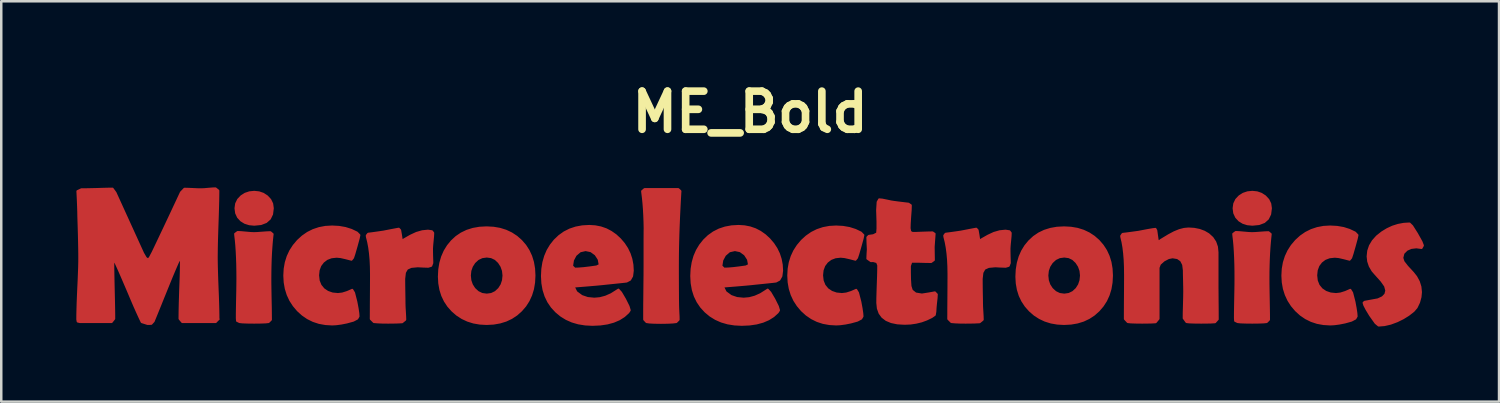
<source format=kicad_pcb>
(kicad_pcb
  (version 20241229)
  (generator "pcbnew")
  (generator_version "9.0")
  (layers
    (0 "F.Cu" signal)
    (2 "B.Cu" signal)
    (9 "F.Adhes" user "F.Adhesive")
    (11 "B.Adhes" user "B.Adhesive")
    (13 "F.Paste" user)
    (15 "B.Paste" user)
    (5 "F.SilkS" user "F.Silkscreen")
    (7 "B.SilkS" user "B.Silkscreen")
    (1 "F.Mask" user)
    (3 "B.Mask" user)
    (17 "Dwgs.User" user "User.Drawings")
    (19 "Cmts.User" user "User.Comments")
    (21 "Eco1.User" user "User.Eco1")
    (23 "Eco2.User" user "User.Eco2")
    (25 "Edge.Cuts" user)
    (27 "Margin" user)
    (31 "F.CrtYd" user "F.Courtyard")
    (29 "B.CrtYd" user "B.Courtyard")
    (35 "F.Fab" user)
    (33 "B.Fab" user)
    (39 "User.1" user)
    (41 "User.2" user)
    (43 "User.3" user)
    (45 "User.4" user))
  (footprint "ME_Bold"
    (layer "F.Cu")
    (at 26.927 7.219)
    (property "Reference" "ME_Bold" (at 0 -5.792 0) (layer "F.SilkS") (effects (font (size 1.524 1.524) (thickness 0.305))))
    (attr smd)
    (fp_poly (pts (xy 26.89 -0.458) (xy 26.833 -0.356) (xy 26.621 -0.383) (xy 26.416 -0.358) (xy 26.247 -0.284) (xy 26.11 -0.147) (xy 26.065 0.038) (xy 26.113 0.188) (xy 26.258 0.375) (xy 26.494 0.631) (xy 26.618 0.787) (xy 26.725 0.984) (xy 26.789 1.189) (xy 26.811 1.404) (xy 26.792 1.603) (xy 26.735 1.813) (xy 26.637 2.019) (xy 26.515 2.161) (xy 26.318 2.315) (xy 26.1 2.451) (xy 25.86 2.57) (xy 25.598 2.667) (xy 25.349 2.725) (xy 25.115 2.744) (xy 24.992 2.642) (xy 24.774 2.336) (xy 24.629 2.096) (xy 24.542 1.928) (xy 24.513 1.832) (xy 24.554 1.79) (xy 24.82 1.741) (xy 25.088 1.692) (xy 25.273 1.606) (xy 25.384 1.49) (xy 25.421 1.344) (xy 25.373 1.164) (xy 25.228 0.958) (xy 24.966 0.665) (xy 24.869 0.552) (xy 24.761 0.367) (xy 24.697 0.176) (xy 24.675 -0.023) (xy 24.698 -0.243) (xy 24.768 -0.45) (xy 24.883 -0.643) (xy 25.044 -0.823) (xy 25.251 -0.988) (xy 25.46 -1.115) (xy 25.674 -1.214) (xy 25.895 -1.284) (xy 26.121 -1.326) (xy 26.353 -1.34) (xy 26.458 -1.238) (xy 26.652 -0.932) (xy 26.831 -0.611) (xy 26.89 -0.458) (xy 26.89 -0.458)) (stroke (width 0.075) (type solid)) (fill yes) (layer "F.Cu"))
    (fp_poly (pts (xy -2.885 0.325) (xy -2.885 0.656) (xy -2.884 0.961) (xy -2.883 1.239) (xy -2.881 1.49) (xy -2.88 1.714) (xy -2.877 1.911) (xy -2.874 2.03) (xy -2.866 2.211) (xy -2.857 2.382) (xy -2.855 2.51) (xy -2.949 2.604) (xy -3.093 2.621) (xy -3.298 2.631) (xy -3.563 2.635) (xy -3.829 2.631) (xy -4.022 2.621) (xy -4.142 2.604) (xy -4.236 2.502) (xy -4.236 2.339) (xy -4.236 2.15) (xy -4.235 1.919) (xy -4.232 1.646) (xy -4.229 1.332) (xy -4.226 1.017) (xy -4.223 0.744) (xy -4.222 0.513) (xy -4.221 0.325) (xy -4.221 -0.094) (xy -4.221 -0.442) (xy -4.221 -0.72) (xy -4.22 -0.927) (xy -4.219 -1.063) (xy -4.218 -1.129) (xy -4.217 -1.125) (xy -4.223 -1.397) (xy -4.233 -1.657) (xy -4.246 -1.904) (xy -4.264 -2.138) (xy -4.286 -2.359) (xy -4.312 -2.567) (xy -4.319 -2.631) (xy -4.221 -2.715) (xy -2.869 -2.715) (xy -2.782 -2.635) (xy -2.787 -2.567) (xy -2.804 -2.273) (xy -2.819 -1.985) (xy -2.833 -1.703) (xy -2.845 -1.428) (xy -2.856 -1.158) (xy -2.865 -0.896) (xy -2.872 -0.639) (xy -2.878 -0.388) (xy -2.882 -0.144) (xy -2.884 0.094) (xy -2.885 0.325) (xy -2.885 0.325)) (stroke (width 0.075) (type solid)) (fill yes) (layer "F.Cu"))
    (fp_poly (pts (xy -15.93 0.113) (xy -16.161 0.053) (xy -16.364 0.007) (xy -16.525 -0.008) (xy -16.734 0.015) (xy -16.913 0.083) (xy -17.062 0.197) (xy -17.174 0.345) (xy -17.241 0.525) (xy -17.263 0.734) (xy -17.239 0.95) (xy -17.165 1.133) (xy -17.043 1.283) (xy -16.882 1.392) (xy -16.692 1.458) (xy -16.472 1.48) (xy -16.295 1.459) (xy -16.097 1.397) (xy -15.9 1.31) (xy -15.826 1.43) (xy -15.734 1.79) (xy -15.685 2.05) (xy -15.656 2.245) (xy -15.647 2.373) (xy -15.699 2.465) (xy -15.855 2.547) (xy -16.116 2.619) (xy -16.343 2.664) (xy -16.538 2.69) (xy -16.703 2.699) (xy -16.972 2.683) (xy -17.226 2.637) (xy -17.463 2.559) (xy -17.684 2.45) (xy -17.888 2.31) (xy -18.077 2.139) (xy -18.242 1.944) (xy -18.378 1.734) (xy -18.483 1.509) (xy -18.558 1.269) (xy -18.603 1.013) (xy -18.618 0.742) (xy -18.603 0.473) (xy -18.558 0.218) (xy -18.483 -0.021) (xy -18.378 -0.246) (xy -18.242 -0.456) (xy -18.077 -0.652) (xy -17.887 -0.825) (xy -17.682 -0.967) (xy -17.461 -1.077) (xy -17.224 -1.156) (xy -16.971 -1.204) (xy -16.703 -1.219) (xy -16.429 -1.204) (xy -16.173 -1.159) (xy -15.933 -1.083) (xy -15.711 -0.977) (xy -15.612 -0.875) (xy -15.641 -0.739) (xy -15.726 -0.428) (xy -15.814 -0.122) (xy -15.866 0.034) (xy -15.93 0.113) (xy -15.93 0.113)) (stroke (width 0.075) (type solid)) (fill yes) (layer "F.Cu"))
    (fp_poly (pts (xy 4.21 0.113) (xy 3.979 0.053) (xy 3.776 0.007) (xy 3.615 -0.008) (xy 3.406 0.015) (xy 3.227 0.083) (xy 3.078 0.197) (xy 2.966 0.345) (xy 2.899 0.525) (xy 2.877 0.734) (xy 2.902 0.95) (xy 2.975 1.133) (xy 3.097 1.283) (xy 3.258 1.392) (xy 3.448 1.458) (xy 3.668 1.48) (xy 3.845 1.459) (xy 4.043 1.397) (xy 4.24 1.31) (xy 4.314 1.43) (xy 4.407 1.79) (xy 4.455 2.05) (xy 4.484 2.245) (xy 4.494 2.373) (xy 4.441 2.465) (xy 4.285 2.547) (xy 4.024 2.619) (xy 3.797 2.664) (xy 3.602 2.69) (xy 3.437 2.699) (xy 3.168 2.683) (xy 2.915 2.637) (xy 2.677 2.559) (xy 2.457 2.45) (xy 2.252 2.31) (xy 2.063 2.139) (xy 1.898 1.944) (xy 1.762 1.734) (xy 1.657 1.509) (xy 1.582 1.269) (xy 1.537 1.013) (xy 1.522 0.742) (xy 1.537 0.473) (xy 1.582 0.218) (xy 1.657 -0.021) (xy 1.762 -0.246) (xy 1.898 -0.456) (xy 2.063 -0.652) (xy 2.253 -0.825) (xy 2.458 -0.967) (xy 2.679 -1.077) (xy 2.916 -1.156) (xy 3.169 -1.204) (xy 3.437 -1.219) (xy 3.711 -1.204) (xy 3.967 -1.159) (xy 4.207 -1.083) (xy 4.429 -0.977) (xy 4.528 -0.875) (xy 4.499 -0.739) (xy 4.414 -0.428) (xy 4.326 -0.122) (xy 4.274 0.034) (xy 4.21 0.113) (xy 4.21 0.113)) (stroke (width 0.075) (type solid)) (fill yes) (layer "F.Cu"))
    (fp_poly (pts (xy 23.956 0.113) (xy 23.725 0.053) (xy 23.523 0.007) (xy 23.362 -0.008) (xy 23.152 0.015) (xy 22.973 0.083) (xy 22.824 0.197) (xy 22.713 0.345) (xy 22.646 0.525) (xy 22.624 0.734) (xy 22.648 0.95) (xy 22.721 1.133) (xy 22.843 1.283) (xy 23.004 1.392) (xy 23.195 1.458) (xy 23.415 1.48) (xy 23.592 1.459) (xy 23.79 1.397) (xy 23.986 1.31) (xy 24.06 1.43) (xy 24.153 1.79) (xy 24.201 2.05) (xy 24.23 2.245) (xy 24.24 2.373) (xy 24.188 2.465) (xy 24.031 2.547) (xy 23.771 2.619) (xy 23.544 2.664) (xy 23.348 2.69) (xy 23.184 2.699) (xy 22.914 2.683) (xy 22.661 2.637) (xy 22.424 2.559) (xy 22.203 2.45) (xy 21.998 2.31) (xy 21.81 2.139) (xy 21.644 1.944) (xy 21.509 1.734) (xy 21.404 1.509) (xy 21.328 1.269) (xy 21.283 1.013) (xy 21.268 0.742) (xy 21.283 0.473) (xy 21.328 0.218) (xy 21.404 -0.021) (xy 21.509 -0.246) (xy 21.644 -0.456) (xy 21.81 -0.652) (xy 21.999 -0.825) (xy 22.205 -0.967) (xy 22.426 -1.077) (xy 22.663 -1.156) (xy 22.915 -1.204) (xy 23.184 -1.219) (xy 23.457 -1.204) (xy 23.714 -1.159) (xy 23.953 -1.083) (xy 24.176 -0.977) (xy 24.274 -0.875) (xy 24.246 -0.739) (xy 24.161 -0.428) (xy 24.073 -0.122) (xy 24.021 0.034) (xy 23.956 0.113) (xy 23.956 0.113)) (stroke (width 0.075) (type solid)) (fill yes) (layer "F.Cu"))
    (fp_poly (pts (xy -12.701 0.246) (xy -12.742 0.356) (xy -12.864 0.393) (xy -13.076 0.386) (xy -13.28 0.375) (xy -13.544 0.399) (xy -13.708 0.473) (xy -13.793 0.622) (xy -13.822 0.871) (xy -13.821 1.076) (xy -13.817 1.367) (xy -13.812 1.654) (xy -13.81 1.859) (xy -13.806 1.996) (xy -13.795 2.188) (xy -13.784 2.376) (xy -13.78 2.51) (xy -13.905 2.612) (xy -14.135 2.623) (xy -14.461 2.627) (xy -14.685 2.625) (xy -14.877 2.617) (xy -15.037 2.604) (xy -15.162 2.48) (xy -15.161 2.309) (xy -15.16 2.102) (xy -15.159 1.857) (xy -15.157 1.575) (xy -15.155 1.291) (xy -15.154 1.045) (xy -15.153 0.836) (xy -15.153 0.666) (xy -15.158 0.378) (xy -15.171 0.108) (xy -15.194 -0.145) (xy -15.225 -0.38) (xy -15.266 -0.598) (xy -15.316 -0.799) (xy -15.323 -0.856) (xy -15.266 -0.931) (xy -15.106 -0.951) (xy -14.903 -0.979) (xy -14.657 -1.015) (xy -14.323 -1.08) (xy -14.117 -1.119) (xy -14.04 -1.132) (xy -13.984 -1.072) (xy -13.953 -0.894) (xy -13.926 -0.715) (xy -13.885 -0.655) (xy -13.834 -0.704) (xy -13.574 -0.852) (xy -13.335 -0.963) (xy -13.101 -1.03) (xy -12.874 -1.053) (xy -12.715 -1.03) (xy -12.662 -0.962) (xy -12.668 -0.829) (xy -12.685 -0.651) (xy -12.703 -0.466) (xy -12.711 -0.341) (xy -12.71 -0.213) (xy -12.707 -0.049) (xy -12.701 0.136) (xy -12.699 0.246) (xy -12.701 0.246)) (stroke (width 0.075) (type solid)) (fill yes) (layer "F.Cu"))
    (fp_poly (pts (xy 10.377 0.246) (xy 10.336 0.356) (xy 10.214 0.393) (xy 10.002 0.386) (xy 9.798 0.375) (xy 9.533 0.399) (xy 9.37 0.473) (xy 9.285 0.622) (xy 9.256 0.871) (xy 9.257 1.076) (xy 9.26 1.367) (xy 9.266 1.654) (xy 9.268 1.859) (xy 9.272 1.996) (xy 9.283 2.188) (xy 9.294 2.376) (xy 9.298 2.51) (xy 9.173 2.612) (xy 8.943 2.623) (xy 8.617 2.627) (xy 8.393 2.625) (xy 8.201 2.617) (xy 8.041 2.604) (xy 7.916 2.48) (xy 7.917 2.309) (xy 7.917 2.102) (xy 7.919 1.857) (xy 7.921 1.575) (xy 7.923 1.291) (xy 7.924 1.045) (xy 7.925 0.836) (xy 7.925 0.666) (xy 7.92 0.378) (xy 7.907 0.108) (xy 7.884 -0.145) (xy 7.853 -0.38) (xy 7.812 -0.598) (xy 7.762 -0.799) (xy 7.755 -0.856) (xy 7.811 -0.931) (xy 7.972 -0.951) (xy 8.175 -0.979) (xy 8.421 -1.015) (xy 8.755 -1.08) (xy 8.961 -1.119) (xy 9.038 -1.132) (xy 9.094 -1.072) (xy 9.125 -0.894) (xy 9.152 -0.715) (xy 9.193 -0.655) (xy 9.244 -0.704) (xy 9.504 -0.852) (xy 9.743 -0.963) (xy 9.976 -1.03) (xy 10.204 -1.053) (xy 10.363 -1.03) (xy 10.416 -0.962) (xy 10.41 -0.829) (xy 10.393 -0.651) (xy 10.375 -0.466) (xy 10.367 -0.341) (xy 10.368 -0.213) (xy 10.371 -0.049) (xy 10.377 0.136) (xy 10.379 0.246) (xy 10.377 0.246)) (stroke (width 0.075) (type solid)) (fill yes) (layer "F.Cu"))
    (fp_poly (pts (xy -19.073 -1.946) (xy -19.171 -0.992) (xy -19.08 -0.916) (xy -19.088 -0.845) (xy -19.11 -0.629) (xy -19.128 -0.404) (xy -19.144 -0.169) (xy -19.156 0.076) (xy -19.164 0.33) (xy -19.169 0.593) (xy -19.171 0.867) (xy -19.171 0.867) (xy -19.17 1.081) (xy -19.166 1.356) (xy -19.16 1.692) (xy -19.153 2.025) (xy -19.15 2.298) (xy -19.148 2.51) (xy -19.243 2.604) (xy -19.365 2.617) (xy -19.558 2.624) (xy -19.822 2.627) (xy -20.089 2.624) (xy -20.283 2.617) (xy -20.405 2.604) (xy -20.507 2.555) (xy -20.515 2.442) (xy -20.514 2.238) (xy -20.51 1.977) (xy -20.504 1.658) (xy -20.497 1.336) (xy -20.494 1.072) (xy -20.492 0.867) (xy -20.494 0.568) (xy -20.499 0.288) (xy -20.508 0.026) (xy -20.52 -0.219) (xy -20.535 -0.445) (xy -20.554 -0.654) (xy -20.576 -0.845) (xy -20.583 -0.924) (xy -20.481 -1) (xy -20.348 -0.994) (xy -20.159 -0.977) (xy -19.967 -0.96) (xy -19.83 -0.954) (xy -19.693 -0.959) (xy -19.5 -0.973) (xy -19.308 -0.987) (xy -19.171 -0.992) (xy -19.073 -1.946) (xy -19.102 -1.709) (xy -19.191 -1.525) (xy -19.34 -1.393) (xy -19.547 -1.314) (xy -19.815 -1.287) (xy -20.014 -1.306) (xy -20.19 -1.361) (xy -20.341 -1.454) (xy -20.467 -1.589) (xy -20.543 -1.754) (xy -20.568 -1.946) (xy -20.542 -2.131) (xy -20.464 -2.293) (xy -20.333 -2.431) (xy -20.18 -2.528) (xy -20.007 -2.586) (xy -19.815 -2.605) (xy -19.627 -2.585) (xy -19.456 -2.526) (xy -19.304 -2.427) (xy -19.175 -2.289) (xy -19.098 -2.129) (xy -19.073 -1.946)) (stroke (width 0.075) (type solid)) (fill yes) (layer "F.Cu"))
    (fp_poly (pts (xy 20.814 -1.946) (xy 20.716 -0.992) (xy 20.806 -0.916) (xy 20.799 -0.845) (xy 20.777 -0.629) (xy 20.758 -0.404) (xy 20.743 -0.169) (xy 20.731 0.076) (xy 20.723 0.33) (xy 20.717 0.593) (xy 20.716 0.867) (xy 20.716 0.867) (xy 20.717 1.081) (xy 20.721 1.356) (xy 20.727 1.692) (xy 20.733 2.025) (xy 20.737 2.298) (xy 20.738 2.51) (xy 20.644 2.604) (xy 20.522 2.617) (xy 20.329 2.624) (xy 20.064 2.627) (xy 19.798 2.624) (xy 19.603 2.617) (xy 19.481 2.604) (xy 19.379 2.555) (xy 19.372 2.442) (xy 19.373 2.238) (xy 19.377 1.977) (xy 19.383 1.658) (xy 19.389 1.336) (xy 19.393 1.072) (xy 19.394 0.867) (xy 19.393 0.568) (xy 19.388 0.288) (xy 19.379 0.026) (xy 19.367 -0.219) (xy 19.352 -0.445) (xy 19.333 -0.654) (xy 19.311 -0.845) (xy 19.304 -0.924) (xy 19.406 -1) (xy 19.539 -0.994) (xy 19.728 -0.977) (xy 19.92 -0.96) (xy 20.057 -0.954) (xy 20.194 -0.959) (xy 20.386 -0.973) (xy 20.578 -0.987) (xy 20.716 -0.992) (xy 20.814 -1.946) (xy 20.784 -1.709) (xy 20.695 -1.525) (xy 20.547 -1.393) (xy 20.339 -1.314) (xy 20.072 -1.287) (xy 19.872 -1.306) (xy 19.697 -1.361) (xy 19.546 -1.454) (xy 19.42 -1.589) (xy 19.344 -1.754) (xy 19.319 -1.946) (xy 19.345 -2.131) (xy 19.423 -2.293) (xy 19.553 -2.431) (xy 19.707 -2.528) (xy 19.88 -2.586) (xy 20.072 -2.605) (xy 20.26 -2.585) (xy 20.43 -2.526) (xy 20.583 -2.427) (xy 20.711 -2.289) (xy 20.788 -2.129) (xy 20.814 -1.946)) (stroke (width 0.075) (type solid)) (fill yes) (layer "F.Cu"))
    (fp_poly (pts (xy -8.616 0.742) (xy -9.858 0.742) (xy -9.879 0.55) (xy -9.941 0.375) (xy -10.044 0.215) (xy -10.179 0.087) (xy -10.34 0.01) (xy -10.524 -0.015) (xy -10.712 0.011) (xy -10.876 0.089) (xy -11.017 0.219) (xy -11.117 0.375) (xy -11.178 0.549) (xy -11.198 0.742) (xy -11.178 0.936) (xy -11.117 1.112) (xy -11.017 1.268) (xy -10.876 1.398) (xy -10.712 1.477) (xy -10.524 1.503) (xy -10.339 1.477) (xy -10.176 1.398) (xy -10.036 1.268) (xy -9.937 1.112) (xy -9.878 0.936) (xy -9.858 0.742) (xy -8.616 0.742) (xy -8.631 1.02) (xy -8.675 1.281) (xy -8.749 1.523) (xy -8.852 1.748) (xy -8.984 1.954) (xy -9.146 2.142) (xy -9.331 2.307) (xy -9.534 2.441) (xy -9.756 2.546) (xy -9.996 2.62) (xy -10.255 2.665) (xy -10.532 2.68) (xy -10.801 2.665) (xy -11.054 2.621) (xy -11.291 2.547) (xy -11.511 2.444) (xy -11.715 2.312) (xy -11.902 2.15) (xy -12.067 1.965) (xy -12.201 1.763) (xy -12.306 1.544) (xy -12.38 1.309) (xy -12.425 1.056) (xy -12.44 0.787) (xy -12.426 0.504) (xy -12.383 0.239) (xy -12.311 -0.008) (xy -12.211 -0.236) (xy -12.082 -0.445) (xy -11.925 -0.636) (xy -11.743 -0.804) (xy -11.541 -0.941) (xy -11.319 -1.048) (xy -11.077 -1.124) (xy -10.815 -1.17) (xy -10.532 -1.185) (xy -10.256 -1.17) (xy -9.998 -1.126) (xy -9.758 -1.051) (xy -9.536 -0.946) (xy -9.332 -0.812) (xy -9.146 -0.648) (xy -8.984 -0.461) (xy -8.852 -0.256) (xy -8.749 -0.033) (xy -8.675 0.207) (xy -8.631 0.465) (xy -8.616 0.742)) (stroke (width 0.075) (type solid)) (fill yes) (layer "F.Cu"))
    (fp_poly (pts (xy 14.462 0.742) (xy 13.22 0.742) (xy 13.199 0.55) (xy 13.137 0.375) (xy 13.034 0.215) (xy 12.898 0.087) (xy 12.738 0.01) (xy 12.554 -0.015) (xy 12.366 0.011) (xy 12.202 0.089) (xy 12.061 0.219) (xy 11.96 0.375) (xy 11.9 0.549) (xy 11.88 0.742) (xy 11.9 0.936) (xy 11.96 1.112) (xy 12.061 1.268) (xy 12.202 1.398) (xy 12.366 1.477) (xy 12.554 1.503) (xy 12.739 1.477) (xy 12.902 1.398) (xy 13.042 1.268) (xy 13.141 1.112) (xy 13.2 0.936) (xy 13.22 0.742) (xy 14.462 0.742) (xy 14.447 1.02) (xy 14.403 1.281) (xy 14.329 1.523) (xy 14.226 1.748) (xy 14.093 1.954) (xy 13.932 2.142) (xy 13.747 2.307) (xy 13.544 2.441) (xy 13.322 2.546) (xy 13.082 2.62) (xy 12.823 2.665) (xy 12.546 2.68) (xy 12.277 2.665) (xy 12.024 2.621) (xy 11.787 2.547) (xy 11.567 2.444) (xy 11.363 2.312) (xy 11.176 2.15) (xy 11.011 1.965) (xy 10.877 1.763) (xy 10.772 1.544) (xy 10.698 1.309) (xy 10.653 1.056) (xy 10.638 0.787) (xy 10.652 0.504) (xy 10.695 0.239) (xy 10.767 -0.008) (xy 10.867 -0.236) (xy 10.995 -0.445) (xy 11.153 -0.636) (xy 11.335 -0.804) (xy 11.536 -0.941) (xy 11.759 -1.048) (xy 12.001 -1.124) (xy 12.263 -1.17) (xy 12.546 -1.185) (xy 12.822 -1.17) (xy 13.08 -1.126) (xy 13.32 -1.051) (xy 13.542 -0.946) (xy 13.746 -0.812) (xy 13.932 -0.648) (xy 14.093 -0.461) (xy 14.226 -0.256) (xy 14.329 -0.033) (xy 14.403 0.207) (xy 14.447 0.465) (xy 14.462 0.742)) (stroke (width 0.075) (type solid)) (fill yes) (layer "F.Cu"))
    (fp_poly (pts (xy 18.686 2.494) (xy 18.58 2.612) (xy 18.389 2.623) (xy 18.028 2.627) (xy 17.75 2.624) (xy 17.553 2.617) (xy 17.437 2.604) (xy 17.324 2.449) (xy 17.326 2.226) (xy 17.335 1.911) (xy 17.343 1.596) (xy 17.346 1.37) (xy 17.344 1.196) (xy 17.339 0.954) (xy 17.333 0.709) (xy 17.331 0.533) (xy 17.303 0.307) (xy 17.219 0.144) (xy 17.078 0.047) (xy 16.881 0.015) (xy 16.721 0.047) (xy 16.536 0.144) (xy 16.377 0.286) (xy 16.324 0.427) (xy 16.324 2.472) (xy 16.207 2.612) (xy 16.005 2.623) (xy 15.666 2.627) (xy 15.405 2.624) (xy 15.213 2.617) (xy 15.09 2.604) (xy 14.973 2.479) (xy 14.973 2.313) (xy 14.974 2.109) (xy 14.975 1.868) (xy 14.977 1.59) (xy 14.979 1.311) (xy 14.98 1.069) (xy 14.981 0.864) (xy 14.981 0.696) (xy 14.977 0.393) (xy 14.965 0.113) (xy 14.944 -0.145) (xy 14.916 -0.381) (xy 14.879 -0.594) (xy 14.834 -0.784) (xy 14.826 -0.841) (xy 14.883 -0.924) (xy 15.06 -0.945) (xy 15.272 -0.973) (xy 15.519 -1.007) (xy 15.862 -1.073) (xy 16.088 -1.112) (xy 16.197 -1.125) (xy 16.234 -1.06) (xy 16.261 -0.867) (xy 16.288 -0.677) (xy 16.325 -0.614) (xy 16.406 -0.679) (xy 16.73 -0.875) (xy 16.949 -0.991) (xy 17.152 -1.074) (xy 17.342 -1.123) (xy 17.518 -1.14) (xy 17.748 -1.126) (xy 17.959 -1.083) (xy 18.15 -1.012) (xy 18.32 -0.913) (xy 18.478 -0.769) (xy 18.59 -0.6) (xy 18.658 -0.406) (xy 18.68 -0.186) (xy 18.68 1.022) (xy 18.68 1.213) (xy 18.682 1.459) (xy 18.684 1.76) (xy 18.687 2.059) (xy 18.688 2.304) (xy 18.689 2.494) (xy 18.686 2.494)) (stroke (width 0.075) (type solid)) (fill yes) (layer "F.Cu"))
    (fp_poly (pts (xy 7.462 1.495) (xy 7.454 1.638) (xy 7.431 1.84) (xy 7.412 2.04) (xy 7.405 2.18) (xy 7.382 2.317) (xy 7.257 2.404) (xy 7.058 2.5) (xy 6.85 2.576) (xy 6.633 2.629) (xy 6.408 2.662) (xy 6.174 2.672) (xy 5.884 2.655) (xy 5.639 2.604) (xy 5.438 2.519) (xy 5.281 2.399) (xy 5.17 2.246) (xy 5.103 2.058) (xy 5.08 1.836) (xy 5.082 1.641) (xy 5.089 1.392) (xy 5.099 1.086) (xy 5.11 0.779) (xy 5.116 0.528) (xy 5.118 0.333) (xy 5.07 0.208) (xy 4.925 0.166) (xy 4.876 0.166) (xy 4.827 0.17) (xy 4.683 0.068) (xy 4.69 -0.117) (xy 4.702 -0.303) (xy 4.69 -0.545) (xy 4.683 -0.787) (xy 4.743 -0.846) (xy 4.925 -0.871) (xy 5.073 -0.946) (xy 5.088 -1.132) (xy 5.088 -1.401) (xy 5.077 -1.761) (xy 5.073 -1.866) (xy 5.094 -2.196) (xy 5.156 -2.305) (xy 5.28 -2.294) (xy 5.448 -2.26) (xy 5.63 -2.221) (xy 5.747 -2.203) (xy 5.897 -2.183) (xy 6.092 -2.159) (xy 6.33 -2.131) (xy 6.424 -2.067) (xy 6.418 -1.877) (xy 6.398 -1.609) (xy 6.381 -1.34) (xy 6.375 -1.147) (xy 6.402 -1.008) (xy 6.485 -0.962) (xy 6.651 -0.964) (xy 6.886 -0.973) (xy 7.122 -0.981) (xy 7.291 -0.984) (xy 7.375 -0.927) (xy 7.356 -0.666) (xy 7.337 -0.405) (xy 7.341 -0.14) (xy 7.345 0.125) (xy 7.235 0.204) (xy 6.982 0.2) (xy 6.728 0.193) (xy 6.444 0.193) (xy 6.387 0.359) (xy 6.387 0.628) (xy 6.392 0.897) (xy 6.41 1.166) (xy 6.464 1.336) (xy 6.615 1.458) (xy 6.865 1.499) (xy 7.134 1.457) (xy 7.384 1.412) (xy 7.463 1.495) (xy 7.462 1.495)) (stroke (width 0.075) (type solid)) (fill yes) (layer "F.Cu"))
    (fp_poly (pts (xy -4.687 0.549) (xy -6.012 0.318) (xy -6.053 0.097) (xy -6.178 -0.095) (xy -6.361 -0.228) (xy -6.576 -0.273) (xy -6.793 -0.223) (xy -6.97 -0.072) (xy -7.077 0.129) (xy -7.113 0.363) (xy -7.007 0.465) (xy -6.848 0.46) (xy -6.65 0.444) (xy -6.413 0.416) (xy -6.137 0.378) (xy -6.012 0.318) (xy -6.012 0.318) (xy -4.687 0.549) (xy -4.714 0.767) (xy -4.796 0.912) (xy -4.933 0.984) (xy -5.038 0.997) (xy -5.3 1.024) (xy -5.716 1.067) (xy -5.913 1.088) (xy -6.144 1.11) (xy -6.411 1.133) (xy -6.712 1.158) (xy -7.049 1.185) (xy -6.942 1.401) (xy -6.727 1.559) (xy -6.493 1.639) (xy -6.228 1.665) (xy -6.003 1.645) (xy -5.777 1.585) (xy -5.55 1.484) (xy -5.406 1.393) (xy -5.262 1.302) (xy -5.156 1.418) (xy -4.997 1.688) (xy -4.855 1.973) (xy -4.808 2.131) (xy -4.865 2.218) (xy -5.033 2.37) (xy -5.229 2.494) (xy -5.454 2.59) (xy -5.708 2.659) (xy -5.989 2.7) (xy -6.299 2.714) (xy -6.59 2.699) (xy -6.861 2.656) (xy -7.113 2.583) (xy -7.346 2.48) (xy -7.559 2.349) (xy -7.753 2.188) (xy -7.927 2) (xy -8.069 1.792) (xy -8.179 1.564) (xy -8.258 1.316) (xy -8.305 1.048) (xy -8.321 0.761) (xy -8.307 0.479) (xy -8.265 0.215) (xy -8.194 -0.032) (xy -8.096 -0.261) (xy -7.969 -0.472) (xy -7.814 -0.667) (xy -7.63 -0.842) (xy -7.428 -0.986) (xy -7.206 -1.098) (xy -6.966 -1.178) (xy -6.706 -1.226) (xy -6.428 -1.242) (xy -6.192 -1.227) (xy -5.968 -1.183) (xy -5.756 -1.11) (xy -5.557 -1.006) (xy -5.369 -0.874) (xy -5.194 -0.712) (xy -5.039 -0.53) (xy -4.912 -0.336) (xy -4.814 -0.132) (xy -4.743 0.084) (xy -4.701 0.311) (xy -4.687 0.549) (xy -4.687 0.549)) (stroke (width 0.075) (type solid)) (fill yes) (layer "F.Cu"))
    (fp_poly (pts (xy 1.28 0.549) (xy -0.045 0.318) (xy -0.087 0.097) (xy -0.212 -0.095) (xy -0.395 -0.228) (xy -0.609 -0.273) (xy -0.827 -0.223) (xy -1.003 -0.072) (xy -1.111 0.129) (xy -1.147 0.363) (xy -1.041 0.465) (xy -0.882 0.46) (xy -0.683 0.444) (xy -0.446 0.416) (xy -0.17 0.378) (xy -0.045 0.318) (xy -0.045 0.318) (xy 1.28 0.549) (xy 1.252 0.767) (xy 1.17 0.912) (xy 1.034 0.984) (xy 0.928 0.997) (xy 0.667 1.024) (xy 0.25 1.067) (xy 0.054 1.088) (xy -0.178 1.11) (xy -0.444 1.133) (xy -0.746 1.158) (xy -1.083 1.185) (xy -0.976 1.401) (xy -0.761 1.559) (xy -0.526 1.639) (xy -0.261 1.665) (xy -0.036 1.645) (xy 0.19 1.585) (xy 0.416 1.484) (xy 0.56 1.393) (xy 0.704 1.302) (xy 0.81 1.418) (xy 0.969 1.688) (xy 1.111 1.973) (xy 1.158 2.131) (xy 1.102 2.218) (xy 0.934 2.37) (xy 0.737 2.494) (xy 0.512 2.59) (xy 0.259 2.659) (xy -0.023 2.7) (xy -0.333 2.714) (xy -0.624 2.699) (xy -0.895 2.656) (xy -1.147 2.583) (xy -1.38 2.48) (xy -1.593 2.349) (xy -1.787 2.188) (xy -1.96 2) (xy -2.102 1.792) (xy -2.213 1.564) (xy -2.292 1.316) (xy -2.339 1.048) (xy -2.355 0.761) (xy -2.341 0.479) (xy -2.298 0.215) (xy -2.228 -0.032) (xy -2.129 -0.261) (xy -2.002 -0.472) (xy -1.847 -0.667) (xy -1.664 -0.842) (xy -1.461 -0.986) (xy -1.24 -1.098) (xy -0.999 -1.178) (xy -0.74 -1.226) (xy -0.462 -1.242) (xy -0.226 -1.227) (xy -0.002 -1.183) (xy 0.21 -1.11) (xy 0.41 -1.006) (xy 0.597 -0.874) (xy 0.772 -0.712) (xy 0.927 -0.53) (xy 1.054 -0.336) (xy 1.153 -0.132) (xy 1.223 0.084) (xy 1.266 0.311) (xy 1.28 0.549) (xy 1.28 0.549)) (stroke (width 0.075) (type solid)) (fill yes) (layer "F.Cu"))
    (fp_poly (pts (xy -21.246 2.487) (xy -21.355 2.604) (xy -22.696 2.604) (xy -22.805 2.472) (xy -22.804 2.304) (xy -22.801 2.105) (xy -22.796 1.875) (xy -22.788 1.615) (xy -22.779 1.325) (xy -22.768 1.034) (xy -22.759 0.774) (xy -22.753 0.545) (xy -22.75 0.346) (xy -22.749 0.178) (xy -22.783 0.06) (xy -22.816 0.114) (xy -22.884 0.258) (xy -22.985 0.492) (xy -23.121 0.816) (xy -23.29 1.23) (xy -23.381 1.455) (xy -23.472 1.679) (xy -23.562 1.903) (xy -23.653 2.127) (xy -23.744 2.351) (xy -23.835 2.574) (xy -23.93 2.676) (xy -24.081 2.68) (xy -24.316 2.605) (xy -24.403 2.423) (xy -24.5 2.211) (xy -24.608 1.969) (xy -24.725 1.696) (xy -24.853 1.393) (xy -24.989 1.076) (xy -25.11 0.795) (xy -25.216 0.552) (xy -25.309 0.347) (xy -25.387 0.178) (xy -25.421 0.136) (xy -25.448 0.246) (xy -25.447 0.455) (xy -25.443 0.71) (xy -25.437 1.011) (xy -25.429 1.359) (xy -25.421 1.707) (xy -25.415 2.008) (xy -25.411 2.264) (xy -25.41 2.472) (xy -25.516 2.605) (xy -26.78 2.605) (xy -26.875 2.582) (xy -26.89 2.495) (xy -26.889 2.313) (xy -26.884 2.099) (xy -26.877 1.851) (xy -26.866 1.571) (xy -26.852 1.257) (xy -26.837 0.942) (xy -26.826 0.66) (xy -26.817 0.412) (xy -26.812 0.197) (xy -26.811 0.015) (xy -26.812 -0.152) (xy -26.815 -0.363) (xy -26.82 -0.616) (xy -26.827 -0.912) (xy -26.837 -1.25) (xy -26.849 -1.631) (xy -26.852 -1.808) (xy -26.859 -2.022) (xy -26.869 -2.275) (xy -26.883 -2.567) (xy -26.886 -2.631) (xy -26.727 -2.707) (xy -26.565 -2.708) (xy -26.357 -2.712) (xy -26.103 -2.718) (xy -25.848 -2.726) (xy -25.64 -2.731) (xy -25.478 -2.733) (xy -25.361 -2.574) (xy -24.255 -0.147) (xy -24.147 0.037) (xy -24.058 0.099) (xy -23.993 0.028) (xy -23.88 -0.185) (xy -23.8 -0.352) (xy -23.713 -0.535) (xy -23.618 -0.735) (xy -23.516 -0.95) (xy -23.406 -1.182) (xy -23.289 -1.43) (xy -23.165 -1.693) (xy -23.034 -1.973) (xy -22.895 -2.269) (xy -22.749 -2.582) (xy -22.608 -2.729) (xy -22.471 -2.726) (xy -22.279 -2.718) (xy -22.083 -2.709) (xy -21.942 -2.707) (xy -21.823 -2.711) (xy -21.654 -2.726) (xy -21.483 -2.74) (xy -21.363 -2.744) (xy -21.249 -2.654) (xy -21.251 -2.457) (xy -21.255 -2.225) (xy -21.262 -1.958) (xy -21.271 -1.655) (xy -21.283 -1.317) (xy -21.294 -0.98) (xy -21.303 -0.679) (xy -21.309 -0.412) (xy -21.312 -0.181) (xy -21.314 0.015) (xy -21.312 0.197) (xy -21.308 0.412) (xy -21.301 0.659) (xy -21.292 0.94) (xy -21.28 1.253) (xy -21.267 1.567) (xy -21.258 1.847) (xy -21.251 2.094) (xy -21.247 2.307) (xy -21.246 2.488) (xy -21.246 2.487)) (stroke (width 0.075) (type solid)) (fill yes) (layer "F.Cu"))
    (fp_poly (pts (xy 26.89 -0.458) (xy 26.833 -0.356) (xy 26.621 -0.383) (xy 26.416 -0.358) (xy 26.247 -0.284) (xy 26.11 -0.147) (xy 26.065 0.038) (xy 26.113 0.188) (xy 26.258 0.375) (xy 26.494 0.631) (xy 26.618 0.787) (xy 26.725 0.984) (xy 26.789 1.189) (xy 26.811 1.404) (xy 26.792 1.603) (xy 26.735 1.813) (xy 26.637 2.019) (xy 26.515 2.161) (xy 26.318 2.315) (xy 26.1 2.451) (xy 25.86 2.57) (xy 25.598 2.667) (xy 25.349 2.725) (xy 25.115 2.744) (xy 24.992 2.642) (xy 24.774 2.336) (xy 24.629 2.096) (xy 24.542 1.928) (xy 24.513 1.832) (xy 24.554 1.79) (xy 24.82 1.741) (xy 25.088 1.692) (xy 25.273 1.606) (xy 25.384 1.49) (xy 25.421 1.344) (xy 25.373 1.164) (xy 25.228 0.958) (xy 24.966 0.665) (xy 24.869 0.552) (xy 24.761 0.367) (xy 24.697 0.176) (xy 24.675 -0.023) (xy 24.698 -0.243) (xy 24.768 -0.45) (xy 24.883 -0.643) (xy 25.044 -0.823) (xy 25.251 -0.988) (xy 25.46 -1.115) (xy 25.674 -1.214) (xy 25.895 -1.284) (xy 26.121 -1.326) (xy 26.353 -1.34) (xy 26.458 -1.238) (xy 26.652 -0.932) (xy 26.831 -0.611) (xy 26.89 -0.458) (xy 26.89 -0.458)) (stroke (width 0.075) (type solid)) (fill yes) (layer "F.Mask"))
    (fp_poly (pts (xy -2.885 0.325) (xy -2.885 0.656) (xy -2.884 0.961) (xy -2.883 1.239) (xy -2.881 1.49) (xy -2.88 1.714) (xy -2.877 1.911) (xy -2.874 2.03) (xy -2.866 2.211) (xy -2.857 2.382) (xy -2.855 2.51) (xy -2.949 2.604) (xy -3.093 2.621) (xy -3.298 2.631) (xy -3.563 2.635) (xy -3.829 2.631) (xy -4.022 2.621) (xy -4.142 2.604) (xy -4.236 2.502) (xy -4.236 2.339) (xy -4.236 2.15) (xy -4.235 1.919) (xy -4.232 1.646) (xy -4.229 1.332) (xy -4.226 1.017) (xy -4.223 0.744) (xy -4.222 0.513) (xy -4.221 0.325) (xy -4.221 -0.094) (xy -4.221 -0.442) (xy -4.221 -0.72) (xy -4.22 -0.927) (xy -4.219 -1.063) (xy -4.218 -1.129) (xy -4.217 -1.125) (xy -4.223 -1.397) (xy -4.233 -1.657) (xy -4.246 -1.904) (xy -4.264 -2.138) (xy -4.286 -2.359) (xy -4.312 -2.567) (xy -4.319 -2.631) (xy -4.221 -2.715) (xy -2.869 -2.715) (xy -2.782 -2.635) (xy -2.787 -2.567) (xy -2.804 -2.273) (xy -2.819 -1.985) (xy -2.833 -1.703) (xy -2.845 -1.428) (xy -2.856 -1.158) (xy -2.865 -0.896) (xy -2.872 -0.639) (xy -2.878 -0.388) (xy -2.882 -0.144) (xy -2.884 0.094) (xy -2.885 0.325) (xy -2.885 0.325)) (stroke (width 0.075) (type solid)) (fill yes) (layer "F.Mask"))
    (fp_poly (pts (xy -15.93 0.113) (xy -16.161 0.053) (xy -16.364 0.007) (xy -16.525 -0.008) (xy -16.734 0.015) (xy -16.913 0.083) (xy -17.062 0.197) (xy -17.174 0.345) (xy -17.241 0.525) (xy -17.263 0.734) (xy -17.239 0.95) (xy -17.165 1.133) (xy -17.043 1.283) (xy -16.882 1.392) (xy -16.692 1.458) (xy -16.472 1.48) (xy -16.295 1.459) (xy -16.097 1.397) (xy -15.9 1.31) (xy -15.826 1.43) (xy -15.734 1.79) (xy -15.685 2.05) (xy -15.656 2.245) (xy -15.647 2.373) (xy -15.699 2.465) (xy -15.855 2.547) (xy -16.116 2.619) (xy -16.343 2.664) (xy -16.538 2.69) (xy -16.703 2.699) (xy -16.972 2.683) (xy -17.226 2.637) (xy -17.463 2.559) (xy -17.684 2.45) (xy -17.888 2.31) (xy -18.077 2.139) (xy -18.242 1.944) (xy -18.378 1.734) (xy -18.483 1.509) (xy -18.558 1.269) (xy -18.603 1.013) (xy -18.618 0.742) (xy -18.603 0.473) (xy -18.558 0.218) (xy -18.483 -0.021) (xy -18.378 -0.246) (xy -18.242 -0.456) (xy -18.077 -0.652) (xy -17.887 -0.825) (xy -17.682 -0.967) (xy -17.461 -1.077) (xy -17.224 -1.156) (xy -16.971 -1.204) (xy -16.703 -1.219) (xy -16.429 -1.204) (xy -16.173 -1.159) (xy -15.933 -1.083) (xy -15.711 -0.977) (xy -15.612 -0.875) (xy -15.641 -0.739) (xy -15.726 -0.428) (xy -15.814 -0.122) (xy -15.866 0.034) (xy -15.93 0.113) (xy -15.93 0.113)) (stroke (width 0.075) (type solid)) (fill yes) (layer "F.Mask"))
    (fp_poly (pts (xy 4.21 0.113) (xy 3.979 0.053) (xy 3.776 0.007) (xy 3.615 -0.008) (xy 3.406 0.015) (xy 3.227 0.083) (xy 3.078 0.197) (xy 2.966 0.345) (xy 2.899 0.525) (xy 2.877 0.734) (xy 2.902 0.95) (xy 2.975 1.133) (xy 3.097 1.283) (xy 3.258 1.392) (xy 3.448 1.458) (xy 3.668 1.48) (xy 3.845 1.459) (xy 4.043 1.397) (xy 4.24 1.31) (xy 4.314 1.43) (xy 4.407 1.79) (xy 4.455 2.05) (xy 4.484 2.245) (xy 4.494 2.373) (xy 4.441 2.465) (xy 4.285 2.547) (xy 4.024 2.619) (xy 3.797 2.664) (xy 3.602 2.69) (xy 3.437 2.699) (xy 3.168 2.683) (xy 2.915 2.637) (xy 2.677 2.559) (xy 2.457 2.45) (xy 2.252 2.31) (xy 2.063 2.139) (xy 1.898 1.944) (xy 1.762 1.734) (xy 1.657 1.509) (xy 1.582 1.269) (xy 1.537 1.013) (xy 1.522 0.742) (xy 1.537 0.473) (xy 1.582 0.218) (xy 1.657 -0.021) (xy 1.762 -0.246) (xy 1.898 -0.456) (xy 2.063 -0.652) (xy 2.253 -0.825) (xy 2.458 -0.967) (xy 2.679 -1.077) (xy 2.916 -1.156) (xy 3.169 -1.204) (xy 3.437 -1.219) (xy 3.711 -1.204) (xy 3.967 -1.159) (xy 4.207 -1.083) (xy 4.429 -0.977) (xy 4.528 -0.875) (xy 4.499 -0.739) (xy 4.414 -0.428) (xy 4.326 -0.122) (xy 4.274 0.034) (xy 4.21 0.113) (xy 4.21 0.113)) (stroke (width 0.075) (type solid)) (fill yes) (layer "F.Mask"))
    (fp_poly (pts (xy 23.956 0.113) (xy 23.725 0.053) (xy 23.523 0.007) (xy 23.362 -0.008) (xy 23.152 0.015) (xy 22.973 0.083) (xy 22.824 0.197) (xy 22.713 0.345) (xy 22.646 0.525) (xy 22.624 0.734) (xy 22.648 0.95) (xy 22.721 1.133) (xy 22.843 1.283) (xy 23.004 1.392) (xy 23.195 1.458) (xy 23.415 1.48) (xy 23.592 1.459) (xy 23.79 1.397) (xy 23.986 1.31) (xy 24.06 1.43) (xy 24.153 1.79) (xy 24.201 2.05) (xy 24.23 2.245) (xy 24.24 2.373) (xy 24.188 2.465) (xy 24.031 2.547) (xy 23.771 2.619) (xy 23.544 2.664) (xy 23.348 2.69) (xy 23.184 2.699) (xy 22.914 2.683) (xy 22.661 2.637) (xy 22.424 2.559) (xy 22.203 2.45) (xy 21.998 2.31) (xy 21.81 2.139) (xy 21.644 1.944) (xy 21.509 1.734) (xy 21.404 1.509) (xy 21.328 1.269) (xy 21.283 1.013) (xy 21.268 0.742) (xy 21.283 0.473) (xy 21.328 0.218) (xy 21.404 -0.021) (xy 21.509 -0.246) (xy 21.644 -0.456) (xy 21.81 -0.652) (xy 21.999 -0.825) (xy 22.205 -0.967) (xy 22.426 -1.077) (xy 22.663 -1.156) (xy 22.915 -1.204) (xy 23.184 -1.219) (xy 23.457 -1.204) (xy 23.714 -1.159) (xy 23.953 -1.083) (xy 24.176 -0.977) (xy 24.274 -0.875) (xy 24.246 -0.739) (xy 24.161 -0.428) (xy 24.073 -0.122) (xy 24.021 0.034) (xy 23.956 0.113) (xy 23.956 0.113)) (stroke (width 0.075) (type solid)) (fill yes) (layer "F.Mask"))
    (fp_poly (pts (xy -12.701 0.246) (xy -12.742 0.356) (xy -12.864 0.393) (xy -13.076 0.386) (xy -13.28 0.375) (xy -13.544 0.399) (xy -13.708 0.473) (xy -13.793 0.622) (xy -13.822 0.871) (xy -13.821 1.076) (xy -13.817 1.367) (xy -13.812 1.654) (xy -13.81 1.859) (xy -13.806 1.996) (xy -13.795 2.188) (xy -13.784 2.376) (xy -13.78 2.51) (xy -13.905 2.612) (xy -14.135 2.623) (xy -14.461 2.627) (xy -14.685 2.625) (xy -14.877 2.617) (xy -15.037 2.604) (xy -15.162 2.48) (xy -15.161 2.309) (xy -15.16 2.102) (xy -15.159 1.857) (xy -15.157 1.575) (xy -15.155 1.291) (xy -15.154 1.045) (xy -15.153 0.836) (xy -15.153 0.666) (xy -15.158 0.378) (xy -15.171 0.108) (xy -15.194 -0.145) (xy -15.225 -0.38) (xy -15.266 -0.598) (xy -15.316 -0.799) (xy -15.323 -0.856) (xy -15.266 -0.931) (xy -15.106 -0.951) (xy -14.903 -0.979) (xy -14.657 -1.015) (xy -14.323 -1.08) (xy -14.117 -1.119) (xy -14.04 -1.132) (xy -13.984 -1.072) (xy -13.953 -0.894) (xy -13.926 -0.715) (xy -13.885 -0.655) (xy -13.834 -0.704) (xy -13.574 -0.852) (xy -13.335 -0.963) (xy -13.101 -1.03) (xy -12.874 -1.053) (xy -12.715 -1.03) (xy -12.662 -0.962) (xy -12.668 -0.829) (xy -12.685 -0.651) (xy -12.703 -0.466) (xy -12.711 -0.341) (xy -12.71 -0.213) (xy -12.707 -0.049) (xy -12.701 0.136) (xy -12.699 0.246) (xy -12.701 0.246)) (stroke (width 0.075) (type solid)) (fill yes) (layer "F.Mask"))
    (fp_poly (pts (xy 10.377 0.246) (xy 10.336 0.356) (xy 10.214 0.393) (xy 10.002 0.386) (xy 9.798 0.375) (xy 9.533 0.399) (xy 9.37 0.473) (xy 9.285 0.622) (xy 9.256 0.871) (xy 9.257 1.076) (xy 9.26 1.367) (xy 9.266 1.654) (xy 9.268 1.859) (xy 9.272 1.996) (xy 9.283 2.188) (xy 9.294 2.376) (xy 9.298 2.51) (xy 9.173 2.612) (xy 8.943 2.623) (xy 8.617 2.627) (xy 8.393 2.625) (xy 8.201 2.617) (xy 8.041 2.604) (xy 7.916 2.48) (xy 7.917 2.309) (xy 7.917 2.102) (xy 7.919 1.857) (xy 7.921 1.575) (xy 7.923 1.291) (xy 7.924 1.045) (xy 7.925 0.836) (xy 7.925 0.666) (xy 7.92 0.378) (xy 7.907 0.108) (xy 7.884 -0.145) (xy 7.853 -0.38) (xy 7.812 -0.598) (xy 7.762 -0.799) (xy 7.755 -0.856) (xy 7.811 -0.931) (xy 7.972 -0.951) (xy 8.175 -0.979) (xy 8.421 -1.015) (xy 8.755 -1.08) (xy 8.961 -1.119) (xy 9.038 -1.132) (xy 9.094 -1.072) (xy 9.125 -0.894) (xy 9.152 -0.715) (xy 9.193 -0.655) (xy 9.244 -0.704) (xy 9.504 -0.852) (xy 9.743 -0.963) (xy 9.976 -1.03) (xy 10.204 -1.053) (xy 10.363 -1.03) (xy 10.416 -0.962) (xy 10.41 -0.829) (xy 10.393 -0.651) (xy 10.375 -0.466) (xy 10.367 -0.341) (xy 10.368 -0.213) (xy 10.371 -0.049) (xy 10.377 0.136) (xy 10.379 0.246) (xy 10.377 0.246)) (stroke (width 0.075) (type solid)) (fill yes) (layer "F.Mask"))
    (fp_poly (pts (xy -19.073 -1.946) (xy -19.171 -0.992) (xy -19.08 -0.916) (xy -19.088 -0.845) (xy -19.11 -0.629) (xy -19.128 -0.404) (xy -19.144 -0.169) (xy -19.156 0.076) (xy -19.164 0.33) (xy -19.169 0.593) (xy -19.171 0.867) (xy -19.171 0.867) (xy -19.17 1.081) (xy -19.166 1.356) (xy -19.16 1.692) (xy -19.153 2.025) (xy -19.15 2.298) (xy -19.148 2.51) (xy -19.243 2.604) (xy -19.365 2.617) (xy -19.558 2.624) (xy -19.822 2.627) (xy -20.089 2.624) (xy -20.283 2.617) (xy -20.405 2.604) (xy -20.507 2.555) (xy -20.515 2.442) (xy -20.514 2.238) (xy -20.51 1.977) (xy -20.504 1.658) (xy -20.497 1.336) (xy -20.494 1.072) (xy -20.492 0.867) (xy -20.494 0.568) (xy -20.499 0.288) (xy -20.508 0.026) (xy -20.52 -0.219) (xy -20.535 -0.445) (xy -20.554 -0.654) (xy -20.576 -0.845) (xy -20.583 -0.924) (xy -20.481 -1) (xy -20.348 -0.994) (xy -20.159 -0.977) (xy -19.967 -0.96) (xy -19.83 -0.954) (xy -19.693 -0.959) (xy -19.5 -0.973) (xy -19.308 -0.987) (xy -19.171 -0.992) (xy -19.073 -1.946) (xy -19.102 -1.709) (xy -19.191 -1.525) (xy -19.34 -1.393) (xy -19.547 -1.314) (xy -19.815 -1.287) (xy -20.014 -1.306) (xy -20.19 -1.361) (xy -20.341 -1.454) (xy -20.467 -1.589) (xy -20.543 -1.754) (xy -20.568 -1.946) (xy -20.542 -2.131) (xy -20.464 -2.293) (xy -20.333 -2.431) (xy -20.18 -2.528) (xy -20.007 -2.586) (xy -19.815 -2.605) (xy -19.627 -2.585) (xy -19.456 -2.526) (xy -19.304 -2.427) (xy -19.175 -2.289) (xy -19.098 -2.129) (xy -19.073 -1.946)) (stroke (width 0.075) (type solid)) (fill yes) (layer "F.Mask"))
    (fp_poly (pts (xy 20.814 -1.946) (xy 20.716 -0.992) (xy 20.806 -0.916) (xy 20.799 -0.845) (xy 20.777 -0.629) (xy 20.758 -0.404) (xy 20.743 -0.169) (xy 20.731 0.076) (xy 20.723 0.33) (xy 20.717 0.593) (xy 20.716 0.867) (xy 20.716 0.867) (xy 20.717 1.081) (xy 20.721 1.356) (xy 20.727 1.692) (xy 20.733 2.025) (xy 20.737 2.298) (xy 20.738 2.51) (xy 20.644 2.604) (xy 20.522 2.617) (xy 20.329 2.624) (xy 20.064 2.627) (xy 19.798 2.624) (xy 19.603 2.617) (xy 19.481 2.604) (xy 19.379 2.555) (xy 19.372 2.442) (xy 19.373 2.238) (xy 19.377 1.977) (xy 19.383 1.658) (xy 19.389 1.336) (xy 19.393 1.072) (xy 19.394 0.867) (xy 19.393 0.568) (xy 19.388 0.288) (xy 19.379 0.026) (xy 19.367 -0.219) (xy 19.352 -0.445) (xy 19.333 -0.654) (xy 19.311 -0.845) (xy 19.304 -0.924) (xy 19.406 -1) (xy 19.539 -0.994) (xy 19.728 -0.977) (xy 19.92 -0.96) (xy 20.057 -0.954) (xy 20.194 -0.959) (xy 20.386 -0.973) (xy 20.578 -0.987) (xy 20.716 -0.992) (xy 20.814 -1.946) (xy 20.784 -1.709) (xy 20.695 -1.525) (xy 20.547 -1.393) (xy 20.339 -1.314) (xy 20.072 -1.287) (xy 19.872 -1.306) (xy 19.697 -1.361) (xy 19.546 -1.454) (xy 19.42 -1.589) (xy 19.344 -1.754) (xy 19.319 -1.946) (xy 19.345 -2.131) (xy 19.423 -2.293) (xy 19.553 -2.431) (xy 19.707 -2.528) (xy 19.88 -2.586) (xy 20.072 -2.605) (xy 20.26 -2.585) (xy 20.43 -2.526) (xy 20.583 -2.427) (xy 20.711 -2.289) (xy 20.788 -2.129) (xy 20.814 -1.946)) (stroke (width 0.075) (type solid)) (fill yes) (layer "F.Mask"))
    (fp_poly (pts (xy -8.616 0.742) (xy -9.858 0.742) (xy -9.879 0.55) (xy -9.941 0.375) (xy -10.044 0.215) (xy -10.179 0.087) (xy -10.34 0.01) (xy -10.524 -0.015) (xy -10.712 0.011) (xy -10.876 0.089) (xy -11.017 0.219) (xy -11.117 0.375) (xy -11.178 0.549) (xy -11.198 0.742) (xy -11.178 0.936) (xy -11.117 1.112) (xy -11.017 1.268) (xy -10.876 1.398) (xy -10.712 1.477) (xy -10.524 1.503) (xy -10.339 1.477) (xy -10.176 1.398) (xy -10.036 1.268) (xy -9.937 1.112) (xy -9.878 0.936) (xy -9.858 0.742) (xy -8.616 0.742) (xy -8.631 1.02) (xy -8.675 1.281) (xy -8.749 1.523) (xy -8.852 1.748) (xy -8.984 1.954) (xy -9.146 2.142) (xy -9.331 2.307) (xy -9.534 2.441) (xy -9.756 2.546) (xy -9.996 2.62) (xy -10.255 2.665) (xy -10.532 2.68) (xy -10.801 2.665) (xy -11.054 2.621) (xy -11.291 2.547) (xy -11.511 2.444) (xy -11.715 2.312) (xy -11.902 2.15) (xy -12.067 1.965) (xy -12.201 1.763) (xy -12.306 1.544) (xy -12.38 1.309) (xy -12.425 1.056) (xy -12.44 0.787) (xy -12.426 0.504) (xy -12.383 0.239) (xy -12.311 -0.008) (xy -12.211 -0.236) (xy -12.082 -0.445) (xy -11.925 -0.636) (xy -11.743 -0.804) (xy -11.541 -0.941) (xy -11.319 -1.048) (xy -11.077 -1.124) (xy -10.815 -1.17) (xy -10.532 -1.185) (xy -10.256 -1.17) (xy -9.998 -1.126) (xy -9.758 -1.051) (xy -9.536 -0.946) (xy -9.332 -0.812) (xy -9.146 -0.648) (xy -8.984 -0.461) (xy -8.852 -0.256) (xy -8.749 -0.033) (xy -8.675 0.207) (xy -8.631 0.465) (xy -8.616 0.742)) (stroke (width 0.075) (type solid)) (fill yes) (layer "F.Mask"))
    (fp_poly (pts (xy 14.462 0.742) (xy 13.22 0.742) (xy 13.199 0.55) (xy 13.137 0.375) (xy 13.034 0.215) (xy 12.898 0.087) (xy 12.738 0.01) (xy 12.554 -0.015) (xy 12.366 0.011) (xy 12.202 0.089) (xy 12.061 0.219) (xy 11.96 0.375) (xy 11.9 0.549) (xy 11.88 0.742) (xy 11.9 0.936) (xy 11.96 1.112) (xy 12.061 1.268) (xy 12.202 1.398) (xy 12.366 1.477) (xy 12.554 1.503) (xy 12.739 1.477) (xy 12.902 1.398) (xy 13.042 1.268) (xy 13.141 1.112) (xy 13.2 0.936) (xy 13.22 0.742) (xy 14.462 0.742) (xy 14.447 1.02) (xy 14.403 1.281) (xy 14.329 1.523) (xy 14.226 1.748) (xy 14.093 1.954) (xy 13.932 2.142) (xy 13.747 2.307) (xy 13.544 2.441) (xy 13.322 2.546) (xy 13.082 2.62) (xy 12.823 2.665) (xy 12.546 2.68) (xy 12.277 2.665) (xy 12.024 2.621) (xy 11.787 2.547) (xy 11.567 2.444) (xy 11.363 2.312) (xy 11.176 2.15) (xy 11.011 1.965) (xy 10.877 1.763) (xy 10.772 1.544) (xy 10.698 1.309) (xy 10.653 1.056) (xy 10.638 0.787) (xy 10.652 0.504) (xy 10.695 0.239) (xy 10.767 -0.008) (xy 10.867 -0.236) (xy 10.995 -0.445) (xy 11.153 -0.636) (xy 11.335 -0.804) (xy 11.536 -0.941) (xy 11.759 -1.048) (xy 12.001 -1.124) (xy 12.263 -1.17) (xy 12.546 -1.185) (xy 12.822 -1.17) (xy 13.08 -1.126) (xy 13.32 -1.051) (xy 13.542 -0.946) (xy 13.746 -0.812) (xy 13.932 -0.648) (xy 14.093 -0.461) (xy 14.226 -0.256) (xy 14.329 -0.033) (xy 14.403 0.207) (xy 14.447 0.465) (xy 14.462 0.742)) (stroke (width 0.075) (type solid)) (fill yes) (layer "F.Mask"))
    (fp_poly (pts (xy 18.686 2.494) (xy 18.58 2.612) (xy 18.389 2.623) (xy 18.028 2.627) (xy 17.75 2.624) (xy 17.553 2.617) (xy 17.437 2.604) (xy 17.324 2.449) (xy 17.326 2.226) (xy 17.335 1.911) (xy 17.343 1.596) (xy 17.346 1.37) (xy 17.344 1.196) (xy 17.339 0.954) (xy 17.333 0.709) (xy 17.331 0.533) (xy 17.303 0.307) (xy 17.219 0.144) (xy 17.078 0.047) (xy 16.881 0.015) (xy 16.721 0.047) (xy 16.536 0.144) (xy 16.377 0.286) (xy 16.324 0.427) (xy 16.324 2.472) (xy 16.207 2.612) (xy 16.005 2.623) (xy 15.666 2.627) (xy 15.405 2.624) (xy 15.213 2.617) (xy 15.09 2.604) (xy 14.973 2.479) (xy 14.973 2.313) (xy 14.974 2.109) (xy 14.975 1.868) (xy 14.977 1.59) (xy 14.979 1.311) (xy 14.98 1.069) (xy 14.981 0.864) (xy 14.981 0.696) (xy 14.977 0.393) (xy 14.965 0.113) (xy 14.944 -0.145) (xy 14.916 -0.381) (xy 14.879 -0.594) (xy 14.834 -0.784) (xy 14.826 -0.841) (xy 14.883 -0.924) (xy 15.06 -0.945) (xy 15.272 -0.973) (xy 15.519 -1.007) (xy 15.862 -1.073) (xy 16.088 -1.112) (xy 16.197 -1.125) (xy 16.234 -1.06) (xy 16.261 -0.867) (xy 16.288 -0.677) (xy 16.325 -0.614) (xy 16.406 -0.679) (xy 16.73 -0.875) (xy 16.949 -0.991) (xy 17.152 -1.074) (xy 17.342 -1.123) (xy 17.518 -1.14) (xy 17.748 -1.126) (xy 17.959 -1.083) (xy 18.15 -1.012) (xy 18.32 -0.913) (xy 18.478 -0.769) (xy 18.59 -0.6) (xy 18.658 -0.406) (xy 18.68 -0.186) (xy 18.68 1.022) (xy 18.68 1.213) (xy 18.682 1.459) (xy 18.684 1.76) (xy 18.687 2.059) (xy 18.688 2.304) (xy 18.689 2.494) (xy 18.686 2.494)) (stroke (width 0.075) (type solid)) (fill yes) (layer "F.Mask"))
    (fp_poly (pts (xy 7.462 1.495) (xy 7.454 1.638) (xy 7.431 1.84) (xy 7.412 2.04) (xy 7.405 2.18) (xy 7.382 2.317) (xy 7.257 2.404) (xy 7.058 2.5) (xy 6.85 2.576) (xy 6.633 2.629) (xy 6.408 2.662) (xy 6.174 2.672) (xy 5.884 2.655) (xy 5.639 2.604) (xy 5.438 2.519) (xy 5.281 2.399) (xy 5.17 2.246) (xy 5.103 2.058) (xy 5.08 1.836) (xy 5.082 1.641) (xy 5.089 1.392) (xy 5.099 1.086) (xy 5.11 0.779) (xy 5.116 0.528) (xy 5.118 0.333) (xy 5.07 0.208) (xy 4.925 0.166) (xy 4.876 0.166) (xy 4.827 0.17) (xy 4.683 0.068) (xy 4.69 -0.117) (xy 4.702 -0.303) (xy 4.69 -0.545) (xy 4.683 -0.787) (xy 4.743 -0.846) (xy 4.925 -0.871) (xy 5.073 -0.946) (xy 5.088 -1.132) (xy 5.088 -1.401) (xy 5.077 -1.761) (xy 5.073 -1.866) (xy 5.094 -2.196) (xy 5.156 -2.305) (xy 5.28 -2.294) (xy 5.448 -2.26) (xy 5.63 -2.221) (xy 5.747 -2.203) (xy 5.897 -2.183) (xy 6.092 -2.159) (xy 6.33 -2.131) (xy 6.424 -2.067) (xy 6.418 -1.877) (xy 6.398 -1.609) (xy 6.381 -1.34) (xy 6.375 -1.147) (xy 6.402 -1.008) (xy 6.485 -0.962) (xy 6.651 -0.964) (xy 6.886 -0.973) (xy 7.122 -0.981) (xy 7.291 -0.984) (xy 7.375 -0.927) (xy 7.356 -0.666) (xy 7.337 -0.405) (xy 7.341 -0.14) (xy 7.345 0.125) (xy 7.235 0.204) (xy 6.982 0.2) (xy 6.728 0.193) (xy 6.444 0.193) (xy 6.387 0.359) (xy 6.387 0.628) (xy 6.392 0.897) (xy 6.41 1.166) (xy 6.464 1.336) (xy 6.615 1.458) (xy 6.865 1.499) (xy 7.134 1.457) (xy 7.384 1.412) (xy 7.463 1.495) (xy 7.462 1.495)) (stroke (width 0.075) (type solid)) (fill yes) (layer "F.Mask"))
    (fp_poly (pts (xy -4.687 0.549) (xy -6.012 0.318) (xy -6.053 0.097) (xy -6.178 -0.095) (xy -6.361 -0.228) (xy -6.576 -0.273) (xy -6.793 -0.223) (xy -6.97 -0.072) (xy -7.077 0.129) (xy -7.113 0.363) (xy -7.007 0.465) (xy -6.848 0.46) (xy -6.65 0.444) (xy -6.413 0.416) (xy -6.137 0.378) (xy -6.012 0.318) (xy -6.012 0.318) (xy -4.687 0.549) (xy -4.714 0.767) (xy -4.796 0.912) (xy -4.933 0.984) (xy -5.038 0.997) (xy -5.3 1.024) (xy -5.716 1.067) (xy -5.913 1.088) (xy -6.144 1.11) (xy -6.411 1.133) (xy -6.712 1.158) (xy -7.049 1.185) (xy -6.942 1.401) (xy -6.727 1.559) (xy -6.493 1.639) (xy -6.228 1.665) (xy -6.003 1.645) (xy -5.777 1.585) (xy -5.55 1.484) (xy -5.406 1.393) (xy -5.262 1.302) (xy -5.156 1.418) (xy -4.997 1.688) (xy -4.855 1.973) (xy -4.808 2.131) (xy -4.865 2.218) (xy -5.033 2.37) (xy -5.229 2.494) (xy -5.454 2.59) (xy -5.708 2.659) (xy -5.989 2.7) (xy -6.299 2.714) (xy -6.59 2.699) (xy -6.861 2.656) (xy -7.113 2.583) (xy -7.346 2.48) (xy -7.559 2.349) (xy -7.753 2.188) (xy -7.927 2) (xy -8.069 1.792) (xy -8.179 1.564) (xy -8.258 1.316) (xy -8.305 1.048) (xy -8.321 0.761) (xy -8.307 0.479) (xy -8.265 0.215) (xy -8.194 -0.032) (xy -8.096 -0.261) (xy -7.969 -0.472) (xy -7.814 -0.667) (xy -7.63 -0.842) (xy -7.428 -0.986) (xy -7.206 -1.098) (xy -6.966 -1.178) (xy -6.706 -1.226) (xy -6.428 -1.242) (xy -6.192 -1.227) (xy -5.968 -1.183) (xy -5.756 -1.11) (xy -5.557 -1.006) (xy -5.369 -0.874) (xy -5.194 -0.712) (xy -5.039 -0.53) (xy -4.912 -0.336) (xy -4.814 -0.132) (xy -4.743 0.084) (xy -4.701 0.311) (xy -4.687 0.549) (xy -4.687 0.549)) (stroke (width 0.075) (type solid)) (fill yes) (layer "F.Mask"))
    (fp_poly (pts (xy 1.28 0.549) (xy -0.045 0.318) (xy -0.087 0.097) (xy -0.212 -0.095) (xy -0.395 -0.228) (xy -0.609 -0.273) (xy -0.827 -0.223) (xy -1.003 -0.072) (xy -1.111 0.129) (xy -1.147 0.363) (xy -1.041 0.465) (xy -0.882 0.46) (xy -0.683 0.444) (xy -0.446 0.416) (xy -0.17 0.378) (xy -0.045 0.318) (xy -0.045 0.318) (xy 1.28 0.549) (xy 1.252 0.767) (xy 1.17 0.912) (xy 1.034 0.984) (xy 0.928 0.997) (xy 0.667 1.024) (xy 0.25 1.067) (xy 0.054 1.088) (xy -0.178 1.11) (xy -0.444 1.133) (xy -0.746 1.158) (xy -1.083 1.185) (xy -0.976 1.401) (xy -0.761 1.559) (xy -0.526 1.639) (xy -0.261 1.665) (xy -0.036 1.645) (xy 0.19 1.585) (xy 0.416 1.484) (xy 0.56 1.393) (xy 0.704 1.302) (xy 0.81 1.418) (xy 0.969 1.688) (xy 1.111 1.973) (xy 1.158 2.131) (xy 1.102 2.218) (xy 0.934 2.37) (xy 0.737 2.494) (xy 0.512 2.59) (xy 0.259 2.659) (xy -0.023 2.7) (xy -0.333 2.714) (xy -0.624 2.699) (xy -0.895 2.656) (xy -1.147 2.583) (xy -1.38 2.48) (xy -1.593 2.349) (xy -1.787 2.188) (xy -1.96 2) (xy -2.102 1.792) (xy -2.213 1.564) (xy -2.292 1.316) (xy -2.339 1.048) (xy -2.355 0.761) (xy -2.341 0.479) (xy -2.298 0.215) (xy -2.228 -0.032) (xy -2.129 -0.261) (xy -2.002 -0.472) (xy -1.847 -0.667) (xy -1.664 -0.842) (xy -1.461 -0.986) (xy -1.24 -1.098) (xy -0.999 -1.178) (xy -0.74 -1.226) (xy -0.462 -1.242) (xy -0.226 -1.227) (xy -0.002 -1.183) (xy 0.21 -1.11) (xy 0.41 -1.006) (xy 0.597 -0.874) (xy 0.772 -0.712) (xy 0.927 -0.53) (xy 1.054 -0.336) (xy 1.153 -0.132) (xy 1.223 0.084) (xy 1.266 0.311) (xy 1.28 0.549) (xy 1.28 0.549)) (stroke (width 0.075) (type solid)) (fill yes) (layer "F.Mask"))
    (fp_poly (pts (xy -21.246 2.487) (xy -21.355 2.604) (xy -22.696 2.604) (xy -22.805 2.472) (xy -22.804 2.304) (xy -22.801 2.105) (xy -22.796 1.875) (xy -22.788 1.615) (xy -22.779 1.325) (xy -22.768 1.034) (xy -22.759 0.774) (xy -22.753 0.545) (xy -22.75 0.346) (xy -22.749 0.178) (xy -22.783 0.06) (xy -22.816 0.114) (xy -22.884 0.258) (xy -22.985 0.492) (xy -23.121 0.816) (xy -23.29 1.23) (xy -23.381 1.455) (xy -23.472 1.679) (xy -23.562 1.903) (xy -23.653 2.127) (xy -23.744 2.351) (xy -23.835 2.574) (xy -23.93 2.676) (xy -24.081 2.68) (xy -24.316 2.605) (xy -24.403 2.423) (xy -24.5 2.211) (xy -24.608 1.969) (xy -24.725 1.696) (xy -24.853 1.393) (xy -24.989 1.076) (xy -25.11 0.795) (xy -25.216 0.552) (xy -25.309 0.347) (xy -25.387 0.178) (xy -25.421 0.136) (xy -25.448 0.246) (xy -25.447 0.455) (xy -25.443 0.71) (xy -25.437 1.011) (xy -25.429 1.359) (xy -25.421 1.707) (xy -25.415 2.008) (xy -25.411 2.264) (xy -25.41 2.472) (xy -25.516 2.605) (xy -26.78 2.605) (xy -26.875 2.582) (xy -26.89 2.495) (xy -26.889 2.313) (xy -26.884 2.099) (xy -26.877 1.851) (xy -26.866 1.571) (xy -26.852 1.257) (xy -26.837 0.942) (xy -26.826 0.66) (xy -26.817 0.412) (xy -26.812 0.197) (xy -26.811 0.015) (xy -26.812 -0.152) (xy -26.815 -0.363) (xy -26.82 -0.616) (xy -26.827 -0.912) (xy -26.837 -1.25) (xy -26.849 -1.631) (xy -26.852 -1.808) (xy -26.859 -2.022) (xy -26.869 -2.275) (xy -26.883 -2.567) (xy -26.886 -2.631) (xy -26.727 -2.707) (xy -26.565 -2.708) (xy -26.357 -2.712) (xy -26.103 -2.718) (xy -25.848 -2.726) (xy -25.64 -2.731) (xy -25.478 -2.733) (xy -25.361 -2.574) (xy -24.255 -0.147) (xy -24.147 0.037) (xy -24.058 0.099) (xy -23.993 0.028) (xy -23.88 -0.185) (xy -23.8 -0.352) (xy -23.713 -0.535) (xy -23.618 -0.735) (xy -23.516 -0.95) (xy -23.406 -1.182) (xy -23.289 -1.43) (xy -23.165 -1.693) (xy -23.034 -1.973) (xy -22.895 -2.269) (xy -22.749 -2.582) (xy -22.608 -2.729) (xy -22.471 -2.726) (xy -22.279 -2.718) (xy -22.083 -2.709) (xy -21.942 -2.707) (xy -21.823 -2.711) (xy -21.654 -2.726) (xy -21.483 -2.74) (xy -21.363 -2.744) (xy -21.249 -2.654) (xy -21.251 -2.457) (xy -21.255 -2.225) (xy -21.262 -1.958) (xy -21.271 -1.655) (xy -21.283 -1.317) (xy -21.294 -0.98) (xy -21.303 -0.679) (xy -21.309 -0.412) (xy -21.312 -0.181) (xy -21.314 0.015) (xy -21.312 0.197) (xy -21.308 0.412) (xy -21.301 0.659) (xy -21.292 0.94) (xy -21.28 1.253) (xy -21.267 1.567) (xy -21.258 1.847) (xy -21.251 2.094) (xy -21.247 2.307) (xy -21.246 2.488) (xy -21.246 2.487)) (stroke (width 0.075) (type solid)) (fill yes) (layer "F.Mask")))
  (gr_rect
    (start -3 -3)
    (end 56.855 13.001)
    (stroke (width 0.1) (type default))
    (fill no)
    (layer "Edge.Cuts")))
</source>
